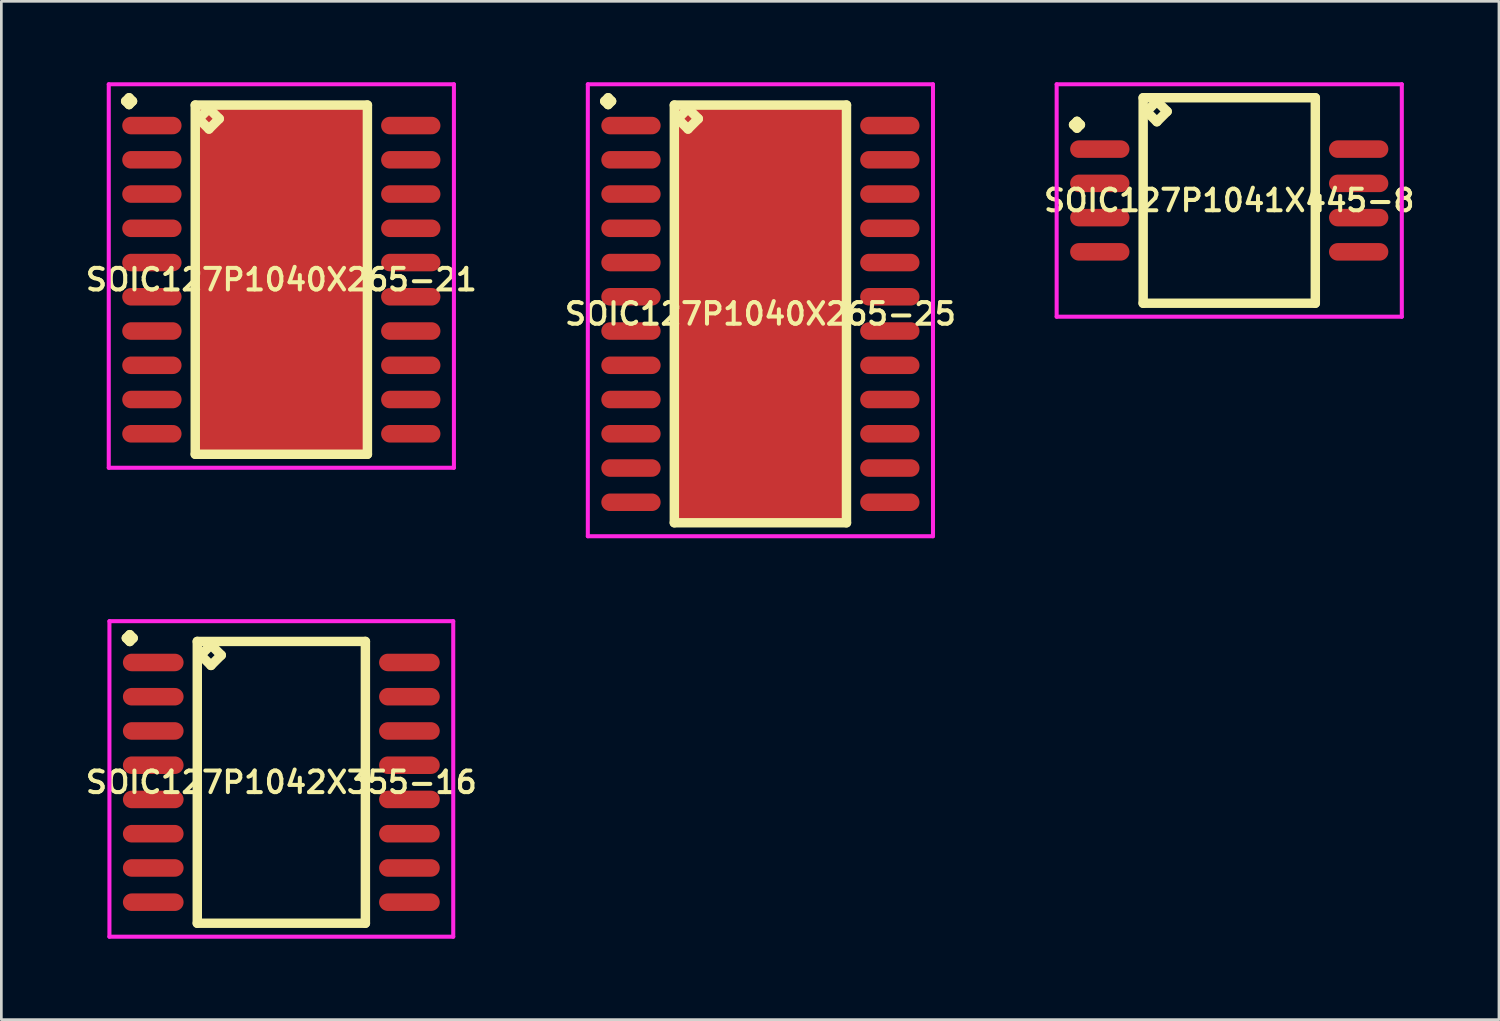
<source format=kicad_pcb>
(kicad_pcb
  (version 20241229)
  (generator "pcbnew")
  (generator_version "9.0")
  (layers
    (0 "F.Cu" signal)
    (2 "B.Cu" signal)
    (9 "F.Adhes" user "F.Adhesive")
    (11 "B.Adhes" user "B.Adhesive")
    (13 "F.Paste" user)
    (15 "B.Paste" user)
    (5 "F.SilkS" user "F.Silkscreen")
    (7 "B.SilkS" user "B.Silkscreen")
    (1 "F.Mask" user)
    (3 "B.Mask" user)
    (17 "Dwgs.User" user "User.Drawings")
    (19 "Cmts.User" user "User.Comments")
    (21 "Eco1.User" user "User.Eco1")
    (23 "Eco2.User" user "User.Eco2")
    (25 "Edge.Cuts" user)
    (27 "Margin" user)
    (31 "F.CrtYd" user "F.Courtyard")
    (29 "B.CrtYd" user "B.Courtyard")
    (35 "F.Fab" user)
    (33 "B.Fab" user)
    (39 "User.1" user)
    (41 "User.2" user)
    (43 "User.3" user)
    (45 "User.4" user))
  (footprint "SOIC127P1040X265-21"
    (layer "F.Cu")
    (at 7.383 7.321)
    (property "Reference" "SOIC127P1040X265-21" (at 0 0 0) (layer "F.SilkS") (effects (font (size 0.8 0.8) (thickness 0.15))))
    (attr smd)
    (fp_line (start -5.773 -6.619) (end -5.646 -6.746) (stroke (width 0.35) (type solid)) (layer "F.SilkS"))
    (fp_line (start -5.646 -6.746) (end -5.519 -6.619) (stroke (width 0.35) (type solid)) (layer "F.SilkS"))
    (fp_line (start -5.646 -6.492) (end -5.773 -6.619) (stroke (width 0.35) (type solid)) (layer "F.SilkS"))
    (fp_line (start -5.519 -6.619) (end -5.646 -6.492) (stroke (width 0.35) (type solid)) (layer "F.SilkS"))
    (fp_line (start -3.192 -6.475) (end -3.192 6.475) (stroke (width 0.35) (type solid)) (layer "F.SilkS"))
    (fp_line (start -3.192 6.475) (end 3.192 6.475) (stroke (width 0.35) (type solid)) (layer "F.SilkS"))
    (fp_line (start -3.065 -5.967) (end -2.684 -6.348) (stroke (width 0.35) (type solid)) (layer "F.SilkS"))
    (fp_line (start -2.684 -6.348) (end -2.303 -5.967) (stroke (width 0.35) (type solid)) (layer "F.SilkS"))
    (fp_line (start -2.684 -5.586) (end -3.065 -5.967) (stroke (width 0.35) (type solid)) (layer "F.SilkS"))
    (fp_line (start -2.303 -5.967) (end -2.684 -5.586) (stroke (width 0.35) (type solid)) (layer "F.SilkS"))
    (fp_line (start 3.192 -6.475) (end -3.192 -6.475) (stroke (width 0.35) (type solid)) (layer "F.SilkS"))
    (fp_line (start 3.192 6.475) (end 3.192 -6.475) (stroke (width 0.35) (type solid)) (layer "F.SilkS"))
    (fp_line (start -6.4 -7.246) (end 6.4 -7.246) (stroke (width 0.15) (type solid)) (layer "F.CrtYd"))
    (fp_line (start -6.4 6.975) (end -6.4 -7.246) (stroke (width 0.15) (type solid)) (layer "F.CrtYd"))
    (fp_line (start 6.4 -7.246) (end 6.4 6.975) (stroke (width 0.15) (type solid)) (layer "F.CrtYd"))
    (fp_line (start 6.4 6.975) (end -6.4 6.975) (stroke (width 0.15) (type solid)) (layer "F.CrtYd"))
    (pad "1" smd oval (at -4.8 -5.715) (size 2.2 0.65) (layers "F.Cu" "F.Mask" "F.Paste"))
    (pad "2" smd oval (at -4.8 -4.445) (size 2.2 0.65) (layers "F.Cu" "F.Mask" "F.Paste"))
    (pad "3" smd oval (at -4.8 -3.175) (size 2.2 0.65) (layers "F.Cu" "F.Mask" "F.Paste"))
    (pad "4" smd oval (at -4.8 -1.905) (size 2.2 0.65) (layers "F.Cu" "F.Mask" "F.Paste"))
    (pad "5" smd oval (at -4.8 -0.635) (size 2.2 0.65) (layers "F.Cu" "F.Mask" "F.Paste"))
    (pad "6" smd oval (at -4.8 0.635) (size 2.2 0.65) (layers "F.Cu" "F.Mask" "F.Paste"))
    (pad "7" smd oval (at -4.8 1.905) (size 2.2 0.65) (layers "F.Cu" "F.Mask" "F.Paste"))
    (pad "8" smd oval (at -4.8 3.175) (size 2.2 0.65) (layers "F.Cu" "F.Mask" "F.Paste"))
    (pad "9" smd oval (at -4.8 4.445) (size 2.2 0.65) (layers "F.Cu" "F.Mask" "F.Paste"))
    (pad "10" smd oval (at -4.8 5.715) (size 2.2 0.65) (layers "F.Cu" "F.Mask" "F.Paste"))
    (pad "11" smd oval (at 4.8 5.715) (size 2.2 0.65) (layers "F.Cu" "F.Mask" "F.Paste"))
    (pad "12" smd oval (at 4.8 4.445) (size 2.2 0.65) (layers "F.Cu" "F.Mask" "F.Paste"))
    (pad "13" smd oval (at 4.8 3.175) (size 2.2 0.65) (layers "F.Cu" "F.Mask" "F.Paste"))
    (pad "14" smd oval (at 4.8 1.905) (size 2.2 0.65) (layers "F.Cu" "F.Mask" "F.Paste"))
    (pad "15" smd oval (at 4.8 0.635) (size 2.2 0.65) (layers "F.Cu" "F.Mask" "F.Paste"))
    (pad "16" smd oval (at 4.8 -0.635) (size 2.2 0.65) (layers "F.Cu" "F.Mask" "F.Paste"))
    (pad "17" smd oval (at 4.8 -1.905) (size 2.2 0.65) (layers "F.Cu" "F.Mask" "F.Paste"))
    (pad "18" smd oval (at 4.8 -3.175) (size 2.2 0.65) (layers "F.Cu" "F.Mask" "F.Paste"))
    (pad "19" smd oval (at 4.8 -4.445) (size 2.2 0.65) (layers "F.Cu" "F.Mask" "F.Paste"))
    (pad "20" smd oval (at 4.8 -5.715) (size 2.2 0.65) (layers "F.Cu" "F.Mask" "F.Paste"))
    (pad "21" smd rect (at 0 0) (size 6.2 12.95) (layers "F.Cu" "F.Mask" "F.Paste")))
  (footprint "SOIC127P1042X355-16"
    (layer "F.Cu")
    (at 7.383 25.962)
    (property "Reference" "SOIC127P1042X355-16" (at 0 0 0) (layer "F.SilkS") (effects (font (size 0.8 0.8) (thickness 0.15))))
    (attr smd)
    (fp_line (start -5.748 -5.349) (end -5.621 -5.476) (stroke (width 0.35) (type solid)) (layer "F.SilkS"))
    (fp_line (start -5.621 -5.476) (end -5.494 -5.349) (stroke (width 0.35) (type solid)) (layer "F.SilkS"))
    (fp_line (start -5.621 -5.222) (end -5.748 -5.349) (stroke (width 0.35) (type solid)) (layer "F.SilkS"))
    (fp_line (start -5.494 -5.349) (end -5.621 -5.222) (stroke (width 0.35) (type solid)) (layer "F.SilkS"))
    (fp_line (start -3.117 -5.225) (end -3.117 5.225) (stroke (width 0.35) (type solid)) (layer "F.SilkS"))
    (fp_line (start -3.117 5.225) (end 3.117 5.225) (stroke (width 0.35) (type solid)) (layer "F.SilkS"))
    (fp_line (start -2.99 -4.717) (end -2.609 -5.098) (stroke (width 0.35) (type solid)) (layer "F.SilkS"))
    (fp_line (start -2.609 -5.098) (end -2.228 -4.717) (stroke (width 0.35) (type solid)) (layer "F.SilkS"))
    (fp_line (start -2.609 -4.336) (end -2.99 -4.717) (stroke (width 0.35) (type solid)) (layer "F.SilkS"))
    (fp_line (start -2.228 -4.717) (end -2.609 -4.336) (stroke (width 0.35) (type solid)) (layer "F.SilkS"))
    (fp_line (start 3.117 -5.225) (end -3.117 -5.225) (stroke (width 0.35) (type solid)) (layer "F.SilkS"))
    (fp_line (start 3.117 5.225) (end 3.117 -5.225) (stroke (width 0.35) (type solid)) (layer "F.SilkS"))
    (fp_line (start -6.375 -5.976) (end 6.375 -5.976) (stroke (width 0.15) (type solid)) (layer "F.CrtYd"))
    (fp_line (start -6.375 5.725) (end -6.375 -5.976) (stroke (width 0.15) (type solid)) (layer "F.CrtYd"))
    (fp_line (start 6.375 -5.976) (end 6.375 5.725) (stroke (width 0.15) (type solid)) (layer "F.CrtYd"))
    (fp_line (start 6.375 5.725) (end -6.375 5.725) (stroke (width 0.15) (type solid)) (layer "F.CrtYd"))
    (pad "1" smd oval (at -4.75 -4.445) (size 2.25 0.65) (layers "F.Cu" "F.Mask" "F.Paste"))
    (pad "2" smd oval (at -4.75 -3.175) (size 2.25 0.65) (layers "F.Cu" "F.Mask" "F.Paste"))
    (pad "3" smd oval (at -4.75 -1.905) (size 2.25 0.65) (layers "F.Cu" "F.Mask" "F.Paste"))
    (pad "4" smd oval (at -4.75 -0.635) (size 2.25 0.65) (layers "F.Cu" "F.Mask" "F.Paste"))
    (pad "5" smd oval (at -4.75 0.635) (size 2.25 0.65) (layers "F.Cu" "F.Mask" "F.Paste"))
    (pad "6" smd oval (at -4.75 1.905) (size 2.25 0.65) (layers "F.Cu" "F.Mask" "F.Paste"))
    (pad "7" smd oval (at -4.75 3.175) (size 2.25 0.65) (layers "F.Cu" "F.Mask" "F.Paste"))
    (pad "8" smd oval (at -4.75 4.445) (size 2.25 0.65) (layers "F.Cu" "F.Mask" "F.Paste"))
    (pad "9" smd oval (at 4.75 4.445) (size 2.25 0.65) (layers "F.Cu" "F.Mask" "F.Paste"))
    (pad "10" smd oval (at 4.75 3.175) (size 2.25 0.65) (layers "F.Cu" "F.Mask" "F.Paste"))
    (pad "11" smd oval (at 4.75 1.905) (size 2.25 0.65) (layers "F.Cu" "F.Mask" "F.Paste"))
    (pad "12" smd oval (at 4.75 0.635) (size 2.25 0.65) (layers "F.Cu" "F.Mask" "F.Paste"))
    (pad "13" smd oval (at 4.75 -0.635) (size 2.25 0.65) (layers "F.Cu" "F.Mask" "F.Paste"))
    (pad "14" smd oval (at 4.75 -1.905) (size 2.25 0.65) (layers "F.Cu" "F.Mask" "F.Paste"))
    (pad "15" smd oval (at 4.75 -3.175) (size 2.25 0.65) (layers "F.Cu" "F.Mask" "F.Paste"))
    (pad "16" smd oval (at 4.75 -4.445) (size 2.25 0.65) (layers "F.Cu" "F.Mask" "F.Paste")))
  (footprint "SOIC127P1040X265-25"
    (layer "F.Cu")
    (at 25.149 8.591)
    (property "Reference" "SOIC127P1040X265-25" (at 0 0 0) (layer "F.SilkS") (effects (font (size 0.8 0.8) (thickness 0.15))))
    (attr smd)
    (fp_line (start -5.773 -7.889) (end -5.646 -8.016) (stroke (width 0.35) (type solid)) (layer "F.SilkS"))
    (fp_line (start -5.646 -8.016) (end -5.519 -7.889) (stroke (width 0.35) (type solid)) (layer "F.SilkS"))
    (fp_line (start -5.646 -7.762) (end -5.773 -7.889) (stroke (width 0.35) (type solid)) (layer "F.SilkS"))
    (fp_line (start -5.519 -7.889) (end -5.646 -7.762) (stroke (width 0.35) (type solid)) (layer "F.SilkS"))
    (fp_line (start -3.192 -7.745) (end -3.192 7.745) (stroke (width 0.35) (type solid)) (layer "F.SilkS"))
    (fp_line (start -3.192 7.745) (end 3.192 7.745) (stroke (width 0.35) (type solid)) (layer "F.SilkS"))
    (fp_line (start -3.065 -7.237) (end -2.684 -7.618) (stroke (width 0.35) (type solid)) (layer "F.SilkS"))
    (fp_line (start -2.684 -7.618) (end -2.303 -7.237) (stroke (width 0.35) (type solid)) (layer "F.SilkS"))
    (fp_line (start -2.684 -6.856) (end -3.065 -7.237) (stroke (width 0.35) (type solid)) (layer "F.SilkS"))
    (fp_line (start -2.303 -7.237) (end -2.684 -6.856) (stroke (width 0.35) (type solid)) (layer "F.SilkS"))
    (fp_line (start 3.192 -7.745) (end -3.192 -7.745) (stroke (width 0.35) (type solid)) (layer "F.SilkS"))
    (fp_line (start 3.192 7.745) (end 3.192 -7.745) (stroke (width 0.35) (type solid)) (layer "F.SilkS"))
    (fp_line (start -6.4 -8.516) (end 6.4 -8.516) (stroke (width 0.15) (type solid)) (layer "F.CrtYd"))
    (fp_line (start -6.4 8.245) (end -6.4 -8.516) (stroke (width 0.15) (type solid)) (layer "F.CrtYd"))
    (fp_line (start 6.4 -8.516) (end 6.4 8.245) (stroke (width 0.15) (type solid)) (layer "F.CrtYd"))
    (fp_line (start 6.4 8.245) (end -6.4 8.245) (stroke (width 0.15) (type solid)) (layer "F.CrtYd"))
    (pad "1" smd oval (at -4.8 -6.985) (size 2.2 0.65) (layers "F.Cu" "F.Mask" "F.Paste"))
    (pad "2" smd oval (at -4.8 -5.715) (size 2.2 0.65) (layers "F.Cu" "F.Mask" "F.Paste"))
    (pad "3" smd oval (at -4.8 -4.445) (size 2.2 0.65) (layers "F.Cu" "F.Mask" "F.Paste"))
    (pad "4" smd oval (at -4.8 -3.175) (size 2.2 0.65) (layers "F.Cu" "F.Mask" "F.Paste"))
    (pad "5" smd oval (at -4.8 -1.905) (size 2.2 0.65) (layers "F.Cu" "F.Mask" "F.Paste"))
    (pad "6" smd oval (at -4.8 -0.635) (size 2.2 0.65) (layers "F.Cu" "F.Mask" "F.Paste"))
    (pad "7" smd oval (at -4.8 0.635) (size 2.2 0.65) (layers "F.Cu" "F.Mask" "F.Paste"))
    (pad "8" smd oval (at -4.8 1.905) (size 2.2 0.65) (layers "F.Cu" "F.Mask" "F.Paste"))
    (pad "9" smd oval (at -4.8 3.175) (size 2.2 0.65) (layers "F.Cu" "F.Mask" "F.Paste"))
    (pad "10" smd oval (at -4.8 4.445) (size 2.2 0.65) (layers "F.Cu" "F.Mask" "F.Paste"))
    (pad "11" smd oval (at -4.8 5.715) (size 2.2 0.65) (layers "F.Cu" "F.Mask" "F.Paste"))
    (pad "12" smd oval (at -4.8 6.985) (size 2.2 0.65) (layers "F.Cu" "F.Mask" "F.Paste"))
    (pad "13" smd oval (at 4.8 6.985) (size 2.2 0.65) (layers "F.Cu" "F.Mask" "F.Paste"))
    (pad "14" smd oval (at 4.8 5.715) (size 2.2 0.65) (layers "F.Cu" "F.Mask" "F.Paste"))
    (pad "15" smd oval (at 4.8 4.445) (size 2.2 0.65) (layers "F.Cu" "F.Mask" "F.Paste"))
    (pad "16" smd oval (at 4.8 3.175) (size 2.2 0.65) (layers "F.Cu" "F.Mask" "F.Paste"))
    (pad "17" smd oval (at 4.8 1.905) (size 2.2 0.65) (layers "F.Cu" "F.Mask" "F.Paste"))
    (pad "18" smd oval (at 4.8 0.635) (size 2.2 0.65) (layers "F.Cu" "F.Mask" "F.Paste"))
    (pad "19" smd oval (at 4.8 -0.635) (size 2.2 0.65) (layers "F.Cu" "F.Mask" "F.Paste"))
    (pad "20" smd oval (at 4.8 -1.905) (size 2.2 0.65) (layers "F.Cu" "F.Mask" "F.Paste"))
    (pad "21" smd oval (at 4.8 -3.175) (size 2.2 0.65) (layers "F.Cu" "F.Mask" "F.Paste"))
    (pad "22" smd oval (at 4.8 -4.445) (size 2.2 0.65) (layers "F.Cu" "F.Mask" "F.Paste"))
    (pad "23" smd oval (at 4.8 -5.715) (size 2.2 0.65) (layers "F.Cu" "F.Mask" "F.Paste"))
    (pad "24" smd oval (at 4.8 -6.985) (size 2.2 0.65) (layers "F.Cu" "F.Mask" "F.Paste"))
    (pad "25" smd rect (at 0 0) (size 6.2 15.45) (layers "F.Cu" "F.Mask" "F.Paste")))
  (footprint "SOIC127P1041X445-8"
    (layer "F.Cu")
    (at 42.535 4.385)
    (property "Reference" "SOIC127P1041X445-8" (at 0 0 0) (layer "F.SilkS") (effects (font (size 0.8 0.8) (thickness 0.15))))
    (attr smd)
    (fp_line (start -5.773 -2.809) (end -5.646 -2.936) (stroke (width 0.35) (type solid)) (layer "F.SilkS"))
    (fp_line (start -5.646 -2.936) (end -5.519 -2.809) (stroke (width 0.35) (type solid)) (layer "F.SilkS"))
    (fp_line (start -5.646 -2.682) (end -5.773 -2.809) (stroke (width 0.35) (type solid)) (layer "F.SilkS"))
    (fp_line (start -5.519 -2.809) (end -5.646 -2.682) (stroke (width 0.35) (type solid)) (layer "F.SilkS"))
    (fp_line (start -3.192 -3.81) (end -3.192 3.81) (stroke (width 0.35) (type solid)) (layer "F.SilkS"))
    (fp_line (start -3.192 3.81) (end 3.192 3.81) (stroke (width 0.35) (type solid)) (layer "F.SilkS"))
    (fp_line (start -3.065 -3.302) (end -2.684 -3.683) (stroke (width 0.35) (type solid)) (layer "F.SilkS"))
    (fp_line (start -2.684 -3.683) (end -2.303 -3.302) (stroke (width 0.35) (type solid)) (layer "F.SilkS"))
    (fp_line (start -2.684 -2.921) (end -3.065 -3.302) (stroke (width 0.35) (type solid)) (layer "F.SilkS"))
    (fp_line (start -2.303 -3.302) (end -2.684 -2.921) (stroke (width 0.35) (type solid)) (layer "F.SilkS"))
    (fp_line (start 3.192 -3.81) (end -3.192 -3.81) (stroke (width 0.35) (type solid)) (layer "F.SilkS"))
    (fp_line (start 3.192 3.81) (end 3.192 -3.81) (stroke (width 0.35) (type solid)) (layer "F.SilkS"))
    (fp_line (start -6.4 -4.31) (end 6.4 -4.31) (stroke (width 0.15) (type solid)) (layer "F.CrtYd"))
    (fp_line (start -6.4 4.31) (end -6.4 -4.31) (stroke (width 0.15) (type solid)) (layer "F.CrtYd"))
    (fp_line (start 6.4 -4.31) (end 6.4 4.31) (stroke (width 0.15) (type solid)) (layer "F.CrtYd"))
    (fp_line (start 6.4 4.31) (end -6.4 4.31) (stroke (width 0.15) (type solid)) (layer "F.CrtYd"))
    (pad "1" smd oval (at -4.8 -1.905) (size 2.2 0.65) (layers "F.Cu" "F.Mask" "F.Paste"))
    (pad "2" smd oval (at -4.8 -0.635) (size 2.2 0.65) (layers "F.Cu" "F.Mask" "F.Paste"))
    (pad "3" smd oval (at -4.8 0.635) (size 2.2 0.65) (layers "F.Cu" "F.Mask" "F.Paste"))
    (pad "4" smd oval (at -4.8 1.905) (size 2.2 0.65) (layers "F.Cu" "F.Mask" "F.Paste"))
    (pad "5" smd oval (at 4.8 1.905) (size 2.2 0.65) (layers "F.Cu" "F.Mask" "F.Paste"))
    (pad "6" smd oval (at 4.8 0.635) (size 2.2 0.65) (layers "F.Cu" "F.Mask" "F.Paste"))
    (pad "7" smd oval (at 4.8 -0.635) (size 2.2 0.65) (layers "F.Cu" "F.Mask" "F.Paste"))
    (pad "8" smd oval (at 4.8 -1.905) (size 2.2 0.65) (layers "F.Cu" "F.Mask" "F.Paste")))
  (gr_rect
    (start -3 -3)
    (end 52.537 34.762)
    (stroke (width 0.1) (type default))
    (fill no)
    (layer "Edge.Cuts")))
</source>
